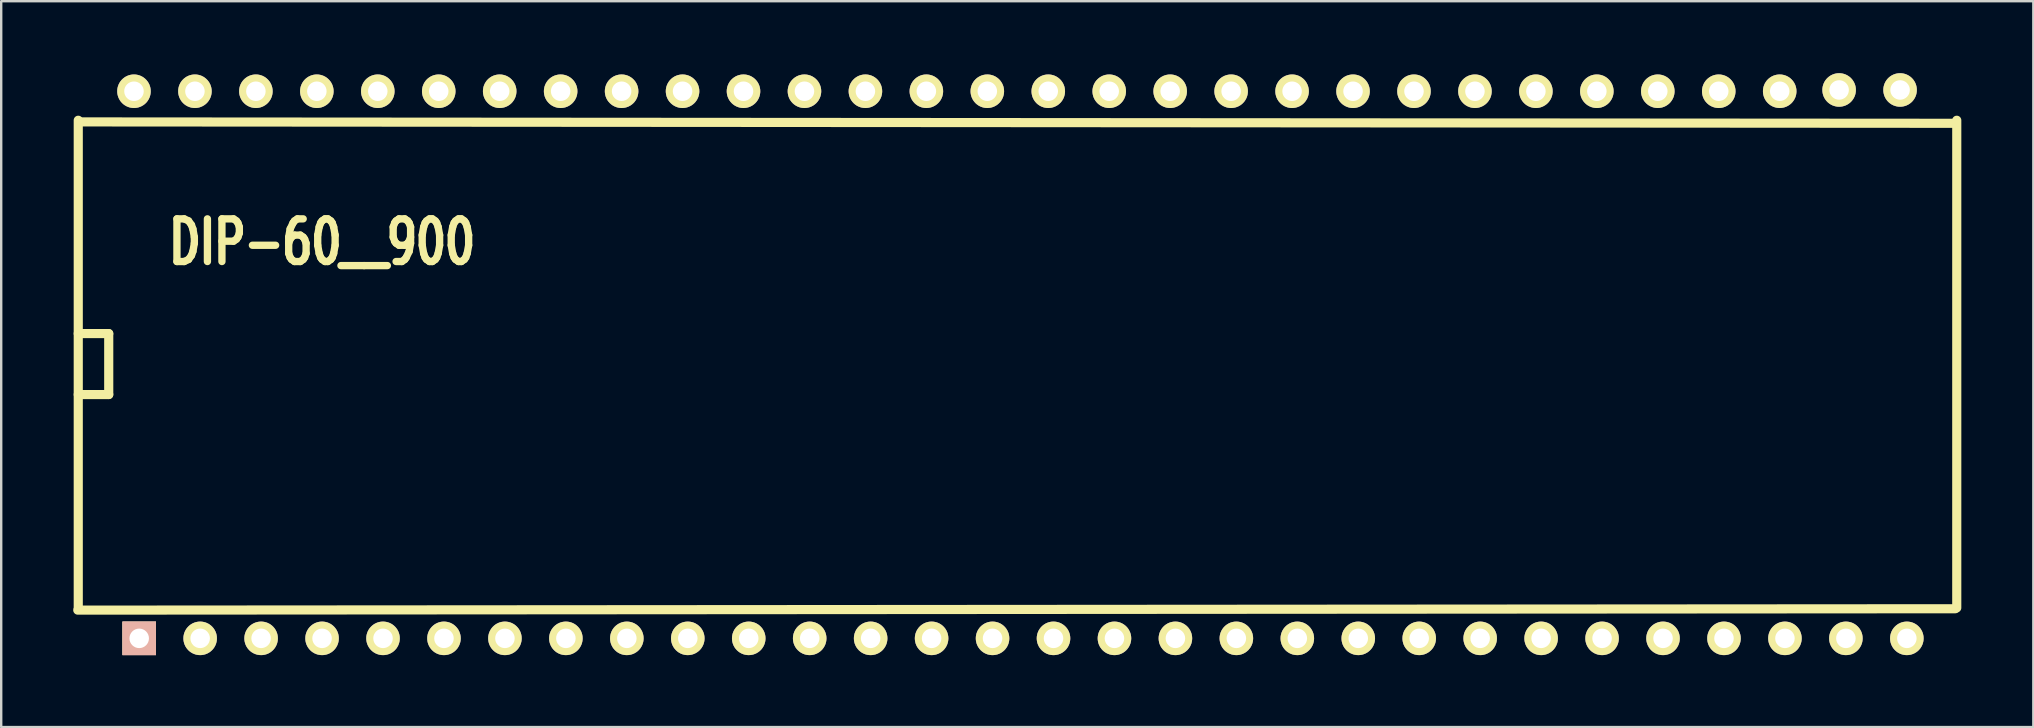
<source format=kicad_pcb>
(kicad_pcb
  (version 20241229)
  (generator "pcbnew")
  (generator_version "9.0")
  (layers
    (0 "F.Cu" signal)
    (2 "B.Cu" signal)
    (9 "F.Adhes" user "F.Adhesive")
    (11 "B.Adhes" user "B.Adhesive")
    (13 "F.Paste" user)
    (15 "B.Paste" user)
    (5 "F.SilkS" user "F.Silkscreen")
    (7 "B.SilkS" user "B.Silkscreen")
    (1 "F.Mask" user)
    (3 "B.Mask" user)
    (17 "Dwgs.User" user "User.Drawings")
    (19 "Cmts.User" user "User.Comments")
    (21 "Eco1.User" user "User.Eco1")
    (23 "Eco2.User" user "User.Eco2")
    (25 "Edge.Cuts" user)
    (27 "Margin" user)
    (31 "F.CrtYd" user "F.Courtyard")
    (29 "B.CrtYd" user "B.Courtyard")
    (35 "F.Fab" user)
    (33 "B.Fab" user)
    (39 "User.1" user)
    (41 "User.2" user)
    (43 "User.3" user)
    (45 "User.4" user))
  (footprint "DIP-60__900"
    (layer "F.Cu")
    (at 42.121 12.121)
    (property "Reference" "DIP-60__900" (at -31.75 -5.08 0) (layer "F.SilkS") (effects (font (size 1.778 1.27) (thickness 0.305))))
    (attr through_hole)
    (fp_line (start -41.93 10.254) (end 36.307 10.196) (stroke (width 0.381) (type solid)) (layer "F.SilkS"))
    (fp_line (start -41.91 1.27) (end -40.64 1.27) (stroke (width 0.381) (type solid)) (layer "F.SilkS"))
    (fp_line (start -41.91 10.16) (end -41.91 -10.16) (stroke (width 0.381) (type solid)) (layer "F.SilkS"))
    (fp_line (start -41.813 -10.091) (end 36.307 -10.033) (stroke (width 0.381) (type solid)) (layer "F.SilkS"))
    (fp_line (start -40.64 -1.27) (end -41.91 -1.27) (stroke (width 0.381) (type solid)) (layer "F.SilkS"))
    (fp_line (start -40.64 1.27) (end -40.64 -1.27) (stroke (width 0.381) (type solid)) (layer "F.SilkS"))
    (fp_line (start 36.37 -10.16) (end 36.37 10.16) (stroke (width 0.381) (type solid)) (layer "F.SilkS"))
    (pad "1" thru_hole rect (at -39.37 11.43) (size 1.397 1.397) (drill 0.813) (layers "*.Cu" "*.SilkS" "*.Mask"))
    (pad "2" thru_hole circle (at -36.83 11.43) (size 1.397 1.397) (drill 0.813) (layers "*.Cu" "*.Mask" "F.SilkS"))
    (pad "3" thru_hole circle (at -34.29 11.43) (size 1.397 1.397) (drill 0.813) (layers "*.Cu" "*.Mask" "F.SilkS"))
    (pad "4" thru_hole circle (at -31.75 11.43) (size 1.397 1.397) (drill 0.813) (layers "*.Cu" "*.Mask" "F.SilkS"))
    (pad "5" thru_hole circle (at -29.21 11.43) (size 1.397 1.397) (drill 0.813) (layers "*.Cu" "*.Mask" "F.SilkS"))
    (pad "6" thru_hole circle (at -26.67 11.43) (size 1.397 1.397) (drill 0.813) (layers "*.Cu" "*.Mask" "F.SilkS"))
    (pad "7" thru_hole circle (at -24.13 11.43) (size 1.397 1.397) (drill 0.813) (layers "*.Cu" "*.Mask" "F.SilkS"))
    (pad "8" thru_hole circle (at -21.59 11.43) (size 1.397 1.397) (drill 0.813) (layers "*.Cu" "*.Mask" "F.SilkS"))
    (pad "9" thru_hole circle (at -19.05 11.43) (size 1.397 1.397) (drill 0.813) (layers "*.Cu" "*.Mask" "F.SilkS"))
    (pad "10" thru_hole circle (at -16.51 11.43) (size 1.397 1.397) (drill 0.813) (layers "*.Cu" "*.Mask" "F.SilkS"))
    (pad "11" thru_hole circle (at -13.97 11.43) (size 1.397 1.397) (drill 0.813) (layers "*.Cu" "*.Mask" "F.SilkS"))
    (pad "12" thru_hole circle (at -11.43 11.43) (size 1.397 1.397) (drill 0.813) (layers "*.Cu" "*.Mask" "F.SilkS"))
    (pad "13" thru_hole circle (at -8.89 11.43) (size 1.397 1.397) (drill 0.813) (layers "*.Cu" "*.Mask" "F.SilkS"))
    (pad "14" thru_hole circle (at -6.35 11.43) (size 1.397 1.397) (drill 0.813) (layers "*.Cu" "*.Mask" "F.SilkS"))
    (pad "15" thru_hole circle (at -3.81 11.43) (size 1.397 1.397) (drill 0.813) (layers "*.Cu" "*.Mask" "F.SilkS"))
    (pad "16" thru_hole circle (at -1.27 11.43) (size 1.397 1.397) (drill 0.813) (layers "*.Cu" "*.Mask" "F.SilkS"))
    (pad "17" thru_hole circle (at 1.27 11.43) (size 1.397 1.397) (drill 0.813) (layers "*.Cu" "*.Mask" "F.SilkS"))
    (pad "18" thru_hole circle (at 3.81 11.43) (size 1.397 1.397) (drill 0.813) (layers "*.Cu" "*.Mask" "F.SilkS"))
    (pad "19" thru_hole circle (at 6.35 11.43) (size 1.397 1.397) (drill 0.813) (layers "*.Cu" "*.Mask" "F.SilkS"))
    (pad "20" thru_hole circle (at 8.89 11.43) (size 1.397 1.397) (drill 0.813) (layers "*.Cu" "*.Mask" "F.SilkS"))
    (pad "21" thru_hole circle (at 11.43 11.43) (size 1.397 1.397) (drill 0.813) (layers "*.Cu" "*.Mask" "F.SilkS"))
    (pad "22" thru_hole circle (at 13.97 11.43) (size 1.397 1.397) (drill 0.813) (layers "*.Cu" "*.Mask" "F.SilkS"))
    (pad "23" thru_hole circle (at 16.51 11.43) (size 1.397 1.397) (drill 0.813) (layers "*.Cu" "*.Mask" "F.SilkS"))
    (pad "24" thru_hole circle (at 19.05 11.43) (size 1.397 1.397) (drill 0.813) (layers "*.Cu" "*.Mask" "F.SilkS"))
    (pad "25" thru_hole circle (at 21.59 11.43) (size 1.397 1.397) (drill 0.813) (layers "*.Cu" "*.Mask" "F.SilkS"))
    (pad "26" thru_hole circle (at 24.13 11.43) (size 1.397 1.397) (drill 0.813) (layers "*.Cu" "*.Mask" "F.SilkS"))
    (pad "27" thru_hole circle (at 26.67 11.43) (size 1.397 1.397) (drill 0.813) (layers "*.Cu" "*.Mask" "F.SilkS"))
    (pad "28" thru_hole circle (at 29.21 11.43) (size 1.397 1.397) (drill 0.813) (layers "*.Cu" "*.Mask" "F.SilkS"))
    (pad "29" thru_hole circle (at 31.75 11.43) (size 1.397 1.397) (drill 0.813) (layers "*.Cu" "*.Mask" "F.SilkS"))
    (pad "30" thru_hole circle (at 34.29 11.43) (size 1.397 1.397) (drill 0.813) (layers "*.Cu" "*.Mask" "F.SilkS"))
    (pad "31" thru_hole circle (at 31.468 -11.422) (size 1.397 1.397) (drill 0.813) (layers "*.Cu" "*.Mask" "F.SilkS"))
    (pad "32" thru_hole circle (at 34.008 -11.422) (size 1.397 1.397) (drill 0.813) (layers "*.Cu" "*.Mask" "F.SilkS"))
    (pad "33" thru_hole circle (at 28.992 -11.369) (size 1.397 1.397) (drill 0.813) (layers "*.Cu" "*.Mask" "F.SilkS"))
    (pad "34" thru_hole circle (at 26.452 -11.369) (size 1.397 1.397) (drill 0.813) (layers "*.Cu" "*.Mask" "F.SilkS"))
    (pad "35" thru_hole circle (at 23.912 -11.369) (size 1.397 1.397) (drill 0.813) (layers "*.Cu" "*.Mask" "F.SilkS"))
    (pad "36" thru_hole circle (at 21.372 -11.369) (size 1.397 1.397) (drill 0.813) (layers "*.Cu" "*.Mask" "F.SilkS"))
    (pad "37" thru_hole circle (at 18.832 -11.369) (size 1.397 1.397) (drill 0.813) (layers "*.Cu" "*.Mask" "F.SilkS"))
    (pad "38" thru_hole circle (at 16.292 -11.369) (size 1.397 1.397) (drill 0.813) (layers "*.Cu" "*.Mask" "F.SilkS"))
    (pad "39" thru_hole circle (at 13.752 -11.369) (size 1.397 1.397) (drill 0.813) (layers "*.Cu" "*.Mask" "F.SilkS"))
    (pad "40" thru_hole circle (at 11.212 -11.369) (size 1.397 1.397) (drill 0.813) (layers "*.Cu" "*.Mask" "F.SilkS"))
    (pad "41" thru_hole circle (at 8.672 -11.369) (size 1.397 1.397) (drill 0.813) (layers "*.Cu" "*.Mask" "F.SilkS"))
    (pad "42" thru_hole circle (at 6.132 -11.369) (size 1.397 1.397) (drill 0.813) (layers "*.Cu" "*.Mask" "F.SilkS"))
    (pad "43" thru_hole circle (at 3.592 -11.369) (size 1.397 1.397) (drill 0.813) (layers "*.Cu" "*.Mask" "F.SilkS"))
    (pad "44" thru_hole circle (at 1.052 -11.369) (size 1.397 1.397) (drill 0.813) (layers "*.Cu" "*.Mask" "F.SilkS"))
    (pad "45" thru_hole circle (at -1.488 -11.369) (size 1.397 1.397) (drill 0.813) (layers "*.Cu" "*.Mask" "F.SilkS"))
    (pad "46" thru_hole circle (at -4.028 -11.369) (size 1.397 1.397) (drill 0.813) (layers "*.Cu" "*.Mask" "F.SilkS"))
    (pad "47" thru_hole circle (at -6.568 -11.369) (size 1.397 1.397) (drill 0.813) (layers "*.Cu" "*.Mask" "F.SilkS"))
    (pad "48" thru_hole circle (at -9.108 -11.369) (size 1.397 1.397) (drill 0.813) (layers "*.Cu" "*.Mask" "F.SilkS"))
    (pad "49" thru_hole circle (at -11.648 -11.369) (size 1.397 1.397) (drill 0.813) (layers "*.Cu" "*.Mask" "F.SilkS"))
    (pad "50" thru_hole circle (at -14.188 -11.369) (size 1.397 1.397) (drill 0.813) (layers "*.Cu" "*.Mask" "F.SilkS"))
    (pad "51" thru_hole circle (at -16.728 -11.369) (size 1.397 1.397) (drill 0.813) (layers "*.Cu" "*.Mask" "F.SilkS"))
    (pad "52" thru_hole circle (at -19.268 -11.369) (size 1.397 1.397) (drill 0.813) (layers "*.Cu" "*.Mask" "F.SilkS"))
    (pad "53" thru_hole circle (at -21.808 -11.369) (size 1.397 1.397) (drill 0.813) (layers "*.Cu" "*.Mask" "F.SilkS"))
    (pad "54" thru_hole circle (at -24.348 -11.369) (size 1.397 1.397) (drill 0.813) (layers "*.Cu" "*.Mask" "F.SilkS"))
    (pad "55" thru_hole circle (at -26.888 -11.369) (size 1.397 1.397) (drill 0.813) (layers "*.Cu" "*.Mask" "F.SilkS"))
    (pad "56" thru_hole circle (at -29.428 -11.369) (size 1.397 1.397) (drill 0.813) (layers "*.Cu" "*.Mask" "F.SilkS"))
    (pad "57" thru_hole circle (at -31.968 -11.369) (size 1.397 1.397) (drill 0.813) (layers "*.Cu" "*.Mask" "F.SilkS"))
    (pad "58" thru_hole circle (at -34.508 -11.369) (size 1.397 1.397) (drill 0.813) (layers "*.Cu" "*.Mask" "F.SilkS"))
    (pad "59" thru_hole circle (at -37.048 -11.369) (size 1.397 1.397) (drill 0.813) (layers "*.Cu" "*.Mask" "F.SilkS"))
    (pad "60" thru_hole circle (at -39.588 -11.369) (size 1.397 1.397) (drill 0.813) (layers "*.Cu" "*.Mask" "F.SilkS")))
  (gr_rect
    (start -3 -3)
    (end 81.682 27.249)
    (stroke (width 0.1) (type default))
    (fill no)
    (layer "Edge.Cuts")))
</source>
